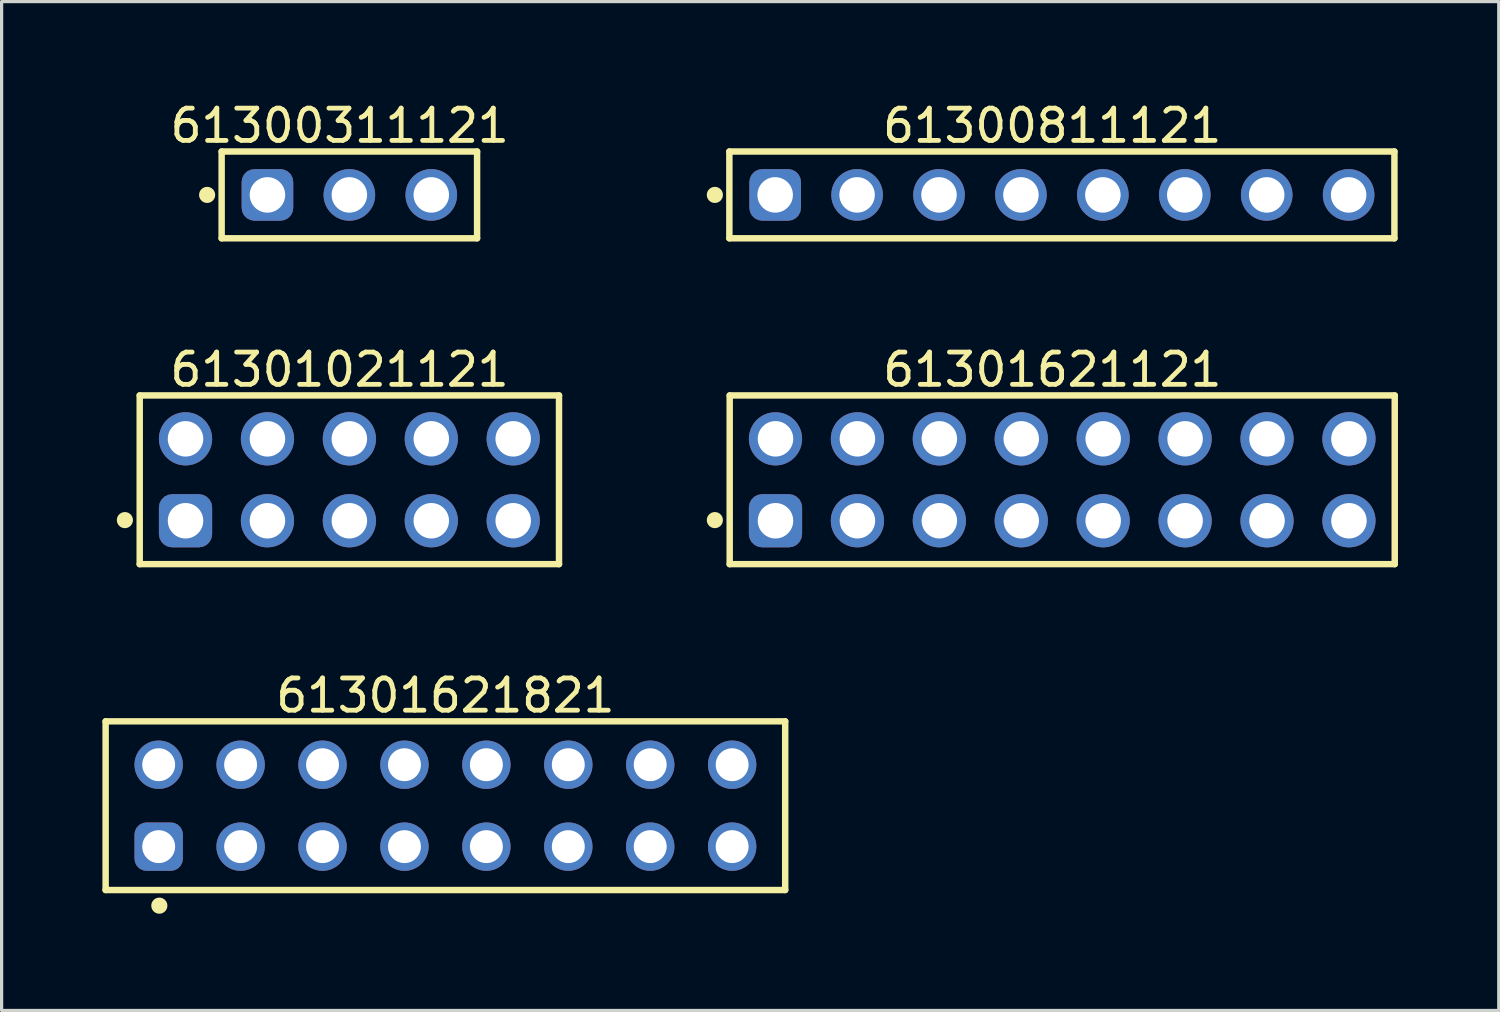
<source format=kicad_pcb>
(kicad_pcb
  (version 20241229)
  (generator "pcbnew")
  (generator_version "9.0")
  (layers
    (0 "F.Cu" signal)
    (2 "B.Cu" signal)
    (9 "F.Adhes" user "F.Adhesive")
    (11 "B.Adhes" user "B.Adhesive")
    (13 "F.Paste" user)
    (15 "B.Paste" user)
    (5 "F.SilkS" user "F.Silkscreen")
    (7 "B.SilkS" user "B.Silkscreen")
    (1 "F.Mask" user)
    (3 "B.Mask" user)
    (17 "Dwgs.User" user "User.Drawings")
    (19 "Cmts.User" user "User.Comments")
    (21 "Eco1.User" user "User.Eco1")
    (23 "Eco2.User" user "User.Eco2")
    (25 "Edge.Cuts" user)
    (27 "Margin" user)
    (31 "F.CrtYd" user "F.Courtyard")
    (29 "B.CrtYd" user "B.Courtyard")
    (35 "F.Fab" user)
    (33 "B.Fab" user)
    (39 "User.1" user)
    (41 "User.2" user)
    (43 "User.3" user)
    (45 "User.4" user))
  (footprint "61300311121"
    (layer "F.Cu")
    (at 7.782 2.993)
    (property "Reference" "61300311121" (at -0.3 -2.145 0) (layer "F.SilkS") (effects (font (size 1 1) (thickness 0.15))))
    (fp_line (start -3.96 -1.345) (end 3.96 -1.345) (stroke (width 0.2) (type solid)) (layer "F.SilkS"))
    (fp_line (start -3.96 1.345) (end -3.96 -1.345) (stroke (width 0.2) (type solid)) (layer "F.SilkS"))
    (fp_line (start -3.96 1.345) (end 3.96 1.345) (stroke (width 0.2) (type solid)) (layer "F.SilkS"))
    (fp_line (start 3.96 1.345) (end 3.96 -1.345) (stroke (width 0.2) (type solid)) (layer "F.SilkS"))
    (fp_circle (center -4.41 0) (end -4.41 -0.125) (stroke (width 0.25) (type solid)) (fill no) (layer "F.SilkS"))
    (fp_line (start -4.16 -1.545) (end 4.16 -1.545) (stroke (width 0.05) (type solid)) (layer "Eco2.User"))
    (fp_line (start -4.16 1.545) (end -4.16 -1.545) (stroke (width 0.05) (type solid)) (layer "Eco2.User"))
    (fp_line (start -4.16 1.545) (end 4.16 1.545) (stroke (width 0.05) (type solid)) (layer "Eco2.User"))
    (fp_line (start -3.81 -1.27) (end 3.81 -1.27) (stroke (width 0.1) (type solid)) (layer "Eco2.User"))
    (fp_line (start -3.81 1.27) (end -3.81 -1.27) (stroke (width 0.1) (type solid)) (layer "Eco2.User"))
    (fp_line (start -3.81 1.27) (end 3.81 1.27) (stroke (width 0.1) (type solid)) (layer "Eco2.User"))
    (fp_line (start -0.5 0) (end 0.5 0) (stroke (width 0.05) (type solid)) (layer "Eco2.User"))
    (fp_line (start 0 0.5) (end 0 -0.5) (stroke (width 0.05) (type solid)) (layer "Eco2.User"))
    (fp_line (start 3.81 1.27) (end 3.81 -1.27) (stroke (width 0.1) (type solid)) (layer "Eco2.User"))
    (fp_line (start 4.16 1.545) (end 4.16 -1.545) (stroke (width 0.05) (type solid)) (layer "Eco2.User"))
    (fp_text user "${REFERENCE}" (at 0.15 -0.197 0) (unlocked yes) (layer "User.3") (effects (font (size 1.5 1.5) (thickness 0.15))))
    (pad "1" thru_hole roundrect (at -2.54 0) (size 1.6 1.6) (drill 1.1) (layers "*.Cu" "*.Mask") (roundrect_rratio 0.25))
    (pad "2" thru_hole circle (at 0 0) (size 1.6 1.6) (drill 1.1) (layers "*.Cu" "*.Mask"))
    (pad "3" thru_hole circle (at 2.54 0) (size 1.6 1.6) (drill 1.1) (layers "*.Cu" "*.Mask")))
  (footprint "61301021121"
    (layer "F.Cu")
    (at 7.782 11.826)
    (property "Reference" "61301021121" (at -0.305 -3.415 0) (layer "F.SilkS") (effects (font (size 1 1) (thickness 0.15))))
    (fp_line (start -6.5 -2.615) (end 6.5 -2.615) (stroke (width 0.2) (type solid)) (layer "F.SilkS"))
    (fp_line (start -6.5 2.615) (end -6.5 -2.615) (stroke (width 0.2) (type solid)) (layer "F.SilkS"))
    (fp_line (start -6.5 2.615) (end 6.5 2.615) (stroke (width 0.2) (type solid)) (layer "F.SilkS"))
    (fp_line (start 6.5 2.615) (end 6.5 -2.615) (stroke (width 0.2) (type solid)) (layer "F.SilkS"))
    (fp_circle (center -6.96 1.25) (end -6.96 1.125) (stroke (width 0.25) (type solid)) (fill no) (layer "F.SilkS"))
    (fp_line (start -6.7 -2.815) (end 6.7 -2.815) (stroke (width 0.05) (type solid)) (layer "Eco2.User"))
    (fp_line (start -6.7 2.815) (end -6.7 -2.815) (stroke (width 0.05) (type solid)) (layer "Eco2.User"))
    (fp_line (start -6.7 2.815) (end 6.7 2.815) (stroke (width 0.05) (type solid)) (layer "Eco2.User"))
    (fp_line (start -6.35 -2.54) (end 6.35 -2.54) (stroke (width 0.1) (type solid)) (layer "Eco2.User"))
    (fp_line (start -6.35 2.54) (end -6.35 -2.54) (stroke (width 0.1) (type solid)) (layer "Eco2.User"))
    (fp_line (start -6.35 2.54) (end 6.35 2.54) (stroke (width 0.1) (type solid)) (layer "Eco2.User"))
    (fp_line (start -0.5 0) (end 0.5 0) (stroke (width 0.05) (type solid)) (layer "Eco2.User"))
    (fp_line (start 0 0.5) (end 0 -0.5) (stroke (width 0.05) (type solid)) (layer "Eco2.User"))
    (fp_line (start 6.35 2.54) (end 6.35 -2.54) (stroke (width 0.1) (type solid)) (layer "Eco2.User"))
    (fp_line (start 6.7 2.815) (end 6.7 -2.815) (stroke (width 0.05) (type solid)) (layer "Eco2.User"))
    (fp_text user "${REFERENCE}" (at 0.15 -0.197 0) (unlocked yes) (layer "User.3") (effects (font (size 1.5 1.5) (thickness 0.15))))
    (pad "1" thru_hole roundrect (at -5.08 1.27) (size 1.65 1.65) (drill 1.1) (layers "*.Cu" "*.Mask") (roundrect_rratio 0.25))
    (pad "2" thru_hole circle (at -5.08 -1.27) (size 1.65 1.65) (drill 1.1) (layers "*.Cu" "*.Mask"))
    (pad "3" thru_hole circle (at -2.54 1.27) (size 1.65 1.65) (drill 1.1) (layers "*.Cu" "*.Mask"))
    (pad "4" thru_hole circle (at -2.54 -1.27) (size 1.65 1.65) (drill 1.1) (layers "*.Cu" "*.Mask"))
    (pad "5" thru_hole circle (at 0 1.27) (size 1.65 1.65) (drill 1.1) (layers "*.Cu" "*.Mask"))
    (pad "6" thru_hole circle (at 0 -1.27) (size 1.65 1.65) (drill 1.1) (layers "*.Cu" "*.Mask"))
    (pad "7" thru_hole circle (at 2.54 1.27) (size 1.65 1.65) (drill 1.1) (layers "*.Cu" "*.Mask"))
    (pad "8" thru_hole circle (at 2.54 -1.27) (size 1.65 1.65) (drill 1.1) (layers "*.Cu" "*.Mask"))
    (pad "9" thru_hole circle (at 5.08 1.27) (size 1.65 1.65) (drill 1.1) (layers "*.Cu" "*.Mask"))
    (pad "10" thru_hole circle (at 5.08 -1.27) (size 1.65 1.65) (drill 1.1) (layers "*.Cu" "*.Mask")))
  (footprint "61301621821"
    (layer "F.Cu")
    (at 10.76 21.93)
    (property "Reference" "61301621821" (at 0 -3.415 0) (layer "F.SilkS") (effects (font (size 1 1) (thickness 0.15))))
    (fp_line (start -10.535 -2.615) (end 10.535 -2.615) (stroke (width 0.2) (type solid)) (layer "F.SilkS"))
    (fp_line (start -10.535 2.615) (end -10.535 -2.615) (stroke (width 0.2) (type solid)) (layer "F.SilkS"))
    (fp_line (start -10.535 2.615) (end 10.535 2.615) (stroke (width 0.2) (type solid)) (layer "F.SilkS"))
    (fp_line (start 10.535 2.615) (end 10.535 -2.615) (stroke (width 0.2) (type solid)) (layer "F.SilkS"))
    (fp_circle (center -8.87 3.1) (end -8.87 2.975) (stroke (width 0.25) (type solid)) (fill no) (layer "F.SilkS"))
    (fp_line (start -10.735 -2.815) (end 10.735 -2.815) (stroke (width 0.05) (type solid)) (layer "Eco2.User"))
    (fp_line (start -10.735 2.815) (end -10.735 -2.815) (stroke (width 0.05) (type solid)) (layer "Eco2.User"))
    (fp_line (start -10.735 2.815) (end 10.735 2.815) (stroke (width 0.05) (type solid)) (layer "Eco2.User"))
    (fp_line (start -10.41 -2.54) (end 10.41 -2.54) (stroke (width 0.1) (type solid)) (layer "Eco2.User"))
    (fp_line (start -10.41 2.54) (end -10.41 -2.54) (stroke (width 0.1) (type solid)) (layer "Eco2.User"))
    (fp_line (start -10.41 2.54) (end 10.41 2.54) (stroke (width 0.1) (type solid)) (layer "Eco2.User"))
    (fp_line (start -0.5 0) (end 0.5 0) (stroke (width 0.05) (type solid)) (layer "Eco2.User"))
    (fp_line (start 0 0.5) (end 0 -0.5) (stroke (width 0.05) (type solid)) (layer "Eco2.User"))
    (fp_line (start 10.41 2.54) (end 10.41 -2.54) (stroke (width 0.1) (type solid)) (layer "Eco2.User"))
    (fp_line (start 10.735 2.815) (end 10.735 -2.815) (stroke (width 0.05) (type solid)) (layer "Eco2.User"))
    (fp_text user "${REFERENCE}" (at 0.15 -0.197 0) (unlocked yes) (layer "User.3") (effects (font (size 1.5 1.5) (thickness 0.15))))
    (pad "1" thru_hole roundrect (at -8.89 1.27) (size 1.5 1.5) (drill 1.02) (layers "*.Cu" "*.Mask") (roundrect_rratio 0.25))
    (pad "2" thru_hole circle (at -8.89 -1.27) (size 1.5 1.5) (drill 1.02) (layers "*.Cu" "*.Mask"))
    (pad "3" thru_hole circle (at -6.35 1.27) (size 1.5 1.5) (drill 1.02) (layers "*.Cu" "*.Mask"))
    (pad "4" thru_hole circle (at -6.35 -1.27) (size 1.5 1.5) (drill 1.02) (layers "*.Cu" "*.Mask"))
    (pad "5" thru_hole circle (at -3.81 1.27) (size 1.5 1.5) (drill 1.02) (layers "*.Cu" "*.Mask"))
    (pad "6" thru_hole circle (at -3.81 -1.27) (size 1.5 1.5) (drill 1.02) (layers "*.Cu" "*.Mask"))
    (pad "7" thru_hole circle (at -1.27 1.27) (size 1.5 1.5) (drill 1.02) (layers "*.Cu" "*.Mask"))
    (pad "8" thru_hole circle (at -1.27 -1.27) (size 1.5 1.5) (drill 1.02) (layers "*.Cu" "*.Mask"))
    (pad "9" thru_hole circle (at 1.27 1.27) (size 1.5 1.5) (drill 1.02) (layers "*.Cu" "*.Mask"))
    (pad "10" thru_hole circle (at 1.27 -1.27) (size 1.5 1.5) (drill 1.02) (layers "*.Cu" "*.Mask"))
    (pad "11" thru_hole circle (at 3.81 1.27) (size 1.5 1.5) (drill 1.02) (layers "*.Cu" "*.Mask"))
    (pad "12" thru_hole circle (at 3.81 -1.27) (size 1.5 1.5) (drill 1.02) (layers "*.Cu" "*.Mask"))
    (pad "13" thru_hole circle (at 6.35 1.27) (size 1.5 1.5) (drill 1.02) (layers "*.Cu" "*.Mask"))
    (pad "14" thru_hole circle (at 6.35 -1.27) (size 1.5 1.5) (drill 1.02) (layers "*.Cu" "*.Mask"))
    (pad "15" thru_hole circle (at 8.89 1.27) (size 1.5 1.5) (drill 1.02) (layers "*.Cu" "*.Mask"))
    (pad "16" thru_hole circle (at 8.89 -1.27) (size 1.5 1.5) (drill 1.02) (layers "*.Cu" "*.Mask")))
  (footprint "61300811121"
    (layer "F.Cu")
    (at 29.874 2.993)
    (property "Reference" "61300811121" (at -0.3 -2.145 0) (layer "F.SilkS") (effects (font (size 1 1) (thickness 0.15))))
    (fp_line (start -10.31 -1.345) (end 10.31 -1.345) (stroke (width 0.2) (type solid)) (layer "F.SilkS"))
    (fp_line (start -10.31 1.345) (end -10.31 -1.345) (stroke (width 0.2) (type solid)) (layer "F.SilkS"))
    (fp_line (start -10.31 1.345) (end 10.31 1.345) (stroke (width 0.2) (type solid)) (layer "F.SilkS"))
    (fp_line (start 10.31 1.345) (end 10.31 -1.345) (stroke (width 0.2) (type solid)) (layer "F.SilkS"))
    (fp_circle (center -10.76 0) (end -10.76 -0.125) (stroke (width 0.25) (type solid)) (fill no) (layer "F.SilkS"))
    (fp_line (start -10.51 -1.545) (end 10.51 -1.545) (stroke (width 0.05) (type solid)) (layer "Eco2.User"))
    (fp_line (start -10.51 1.545) (end -10.51 -1.545) (stroke (width 0.05) (type solid)) (layer "Eco2.User"))
    (fp_line (start -10.51 1.545) (end 10.51 1.545) (stroke (width 0.05) (type solid)) (layer "Eco2.User"))
    (fp_line (start -10.16 -1.27) (end 10.16 -1.27) (stroke (width 0.1) (type solid)) (layer "Eco2.User"))
    (fp_line (start -10.16 1.27) (end -10.16 -1.27) (stroke (width 0.1) (type solid)) (layer "Eco2.User"))
    (fp_line (start -10.16 1.27) (end 10.16 1.27) (stroke (width 0.1) (type solid)) (layer "Eco2.User"))
    (fp_line (start -0.5 0) (end 0.5 0) (stroke (width 0.05) (type solid)) (layer "Eco2.User"))
    (fp_line (start 0 0.5) (end 0 -0.5) (stroke (width 0.05) (type solid)) (layer "Eco2.User"))
    (fp_line (start 10.16 1.27) (end 10.16 -1.27) (stroke (width 0.1) (type solid)) (layer "Eco2.User"))
    (fp_line (start 10.51 1.545) (end 10.51 -1.545) (stroke (width 0.05) (type solid)) (layer "Eco2.User"))
    (fp_text user "${REFERENCE}" (at 0.15 -0.197 0) (unlocked yes) (layer "User.3") (effects (font (size 1.5 1.5) (thickness 0.15))))
    (pad "1" thru_hole roundrect (at -8.89 0) (size 1.6 1.6) (drill 1.1) (layers "*.Cu" "*.Mask") (roundrect_rratio 0.25))
    (pad "2" thru_hole circle (at -6.35 0) (size 1.6 1.6) (drill 1.1) (layers "*.Cu" "*.Mask"))
    (pad "3" thru_hole circle (at -3.81 0) (size 1.6 1.6) (drill 1.1) (layers "*.Cu" "*.Mask"))
    (pad "4" thru_hole circle (at -1.27 0) (size 1.6 1.6) (drill 1.1) (layers "*.Cu" "*.Mask"))
    (pad "5" thru_hole circle (at 1.27 0) (size 1.6 1.6) (drill 1.1) (layers "*.Cu" "*.Mask"))
    (pad "6" thru_hole circle (at 3.81 0) (size 1.6 1.6) (drill 1.1) (layers "*.Cu" "*.Mask"))
    (pad "7" thru_hole circle (at 6.35 0) (size 1.6 1.6) (drill 1.1) (layers "*.Cu" "*.Mask"))
    (pad "8" thru_hole circle (at 8.89 0) (size 1.6 1.6) (drill 1.1) (layers "*.Cu" "*.Mask")))
  (footprint "61301621121"
    (layer "F.Cu")
    (at 29.884 11.826)
    (property "Reference" "61301621121" (at -0.305 -3.415 0) (layer "F.SilkS") (effects (font (size 1 1) (thickness 0.15))))
    (fp_line (start -10.31 -2.615) (end 10.31 -2.615) (stroke (width 0.2) (type solid)) (layer "F.SilkS"))
    (fp_line (start -10.31 2.615) (end -10.31 -2.615) (stroke (width 0.2) (type solid)) (layer "F.SilkS"))
    (fp_line (start -10.31 2.615) (end 10.31 2.615) (stroke (width 0.2) (type solid)) (layer "F.SilkS"))
    (fp_line (start 10.31 2.615) (end 10.31 -2.615) (stroke (width 0.2) (type solid)) (layer "F.SilkS"))
    (fp_circle (center -10.77 1.25) (end -10.77 1.125) (stroke (width 0.25) (type solid)) (fill no) (layer "F.SilkS"))
    (fp_line (start -10.51 -2.815) (end 10.51 -2.815) (stroke (width 0.05) (type solid)) (layer "Eco2.User"))
    (fp_line (start -10.51 2.815) (end -10.51 -2.815) (stroke (width 0.05) (type solid)) (layer "Eco2.User"))
    (fp_line (start -10.51 2.815) (end 10.51 2.815) (stroke (width 0.05) (type solid)) (layer "Eco2.User"))
    (fp_line (start -10.16 -2.54) (end 10.16 -2.54) (stroke (width 0.1) (type solid)) (layer "Eco2.User"))
    (fp_line (start -10.16 2.54) (end -10.16 -2.54) (stroke (width 0.1) (type solid)) (layer "Eco2.User"))
    (fp_line (start -10.16 2.54) (end 10.16 2.54) (stroke (width 0.1) (type solid)) (layer "Eco2.User"))
    (fp_line (start -0.5 0) (end 0.5 0) (stroke (width 0.05) (type solid)) (layer "Eco2.User"))
    (fp_line (start 0 0.5) (end 0 -0.5) (stroke (width 0.05) (type solid)) (layer "Eco2.User"))
    (fp_line (start 10.16 2.54) (end 10.16 -2.54) (stroke (width 0.1) (type solid)) (layer "Eco2.User"))
    (fp_line (start 10.51 2.815) (end 10.51 -2.815) (stroke (width 0.05) (type solid)) (layer "Eco2.User"))
    (fp_text user "${REFERENCE}" (at 0.15 -0.197 0) (unlocked yes) (layer "User.3") (effects (font (size 1.5 1.5) (thickness 0.15))))
    (pad "1" thru_hole roundrect (at -8.89 1.27) (size 1.65 1.65) (drill 1.1) (layers "*.Cu" "*.Mask") (roundrect_rratio 0.25))
    (pad "2" thru_hole circle (at -8.89 -1.27) (size 1.65 1.65) (drill 1.1) (layers "*.Cu" "*.Mask"))
    (pad "3" thru_hole circle (at -6.35 1.27) (size 1.65 1.65) (drill 1.1) (layers "*.Cu" "*.Mask"))
    (pad "4" thru_hole circle (at -6.35 -1.27) (size 1.65 1.65) (drill 1.1) (layers "*.Cu" "*.Mask"))
    (pad "5" thru_hole circle (at -3.81 1.27) (size 1.65 1.65) (drill 1.1) (layers "*.Cu" "*.Mask"))
    (pad "6" thru_hole circle (at -3.81 -1.27) (size 1.65 1.65) (drill 1.1) (layers "*.Cu" "*.Mask"))
    (pad "7" thru_hole circle (at -1.27 1.27) (size 1.65 1.65) (drill 1.1) (layers "*.Cu" "*.Mask"))
    (pad "8" thru_hole circle (at -1.27 -1.27) (size 1.65 1.65) (drill 1.1) (layers "*.Cu" "*.Mask"))
    (pad "9" thru_hole circle (at 1.27 1.27) (size 1.65 1.65) (drill 1.1) (layers "*.Cu" "*.Mask"))
    (pad "10" thru_hole circle (at 1.27 -1.27) (size 1.65 1.65) (drill 1.1) (layers "*.Cu" "*.Mask"))
    (pad "11" thru_hole circle (at 3.81 1.27) (size 1.65 1.65) (drill 1.1) (layers "*.Cu" "*.Mask"))
    (pad "12" thru_hole circle (at 3.81 -1.27) (size 1.65 1.65) (drill 1.1) (layers "*.Cu" "*.Mask"))
    (pad "13" thru_hole circle (at 6.35 1.27) (size 1.65 1.65) (drill 1.1) (layers "*.Cu" "*.Mask"))
    (pad "14" thru_hole circle (at 6.35 -1.27) (size 1.65 1.65) (drill 1.1) (layers "*.Cu" "*.Mask"))
    (pad "15" thru_hole circle (at 8.89 1.27) (size 1.65 1.65) (drill 1.1) (layers "*.Cu" "*.Mask"))
    (pad "16" thru_hole circle (at 8.89 -1.27) (size 1.65 1.65) (drill 1.1) (layers "*.Cu" "*.Mask")))
  (gr_rect
    (start -3 -3)
    (end 43.419 28.28)
    (stroke (width 0.1) (type default))
    (fill no)
    (layer "Edge.Cuts")))
</source>
